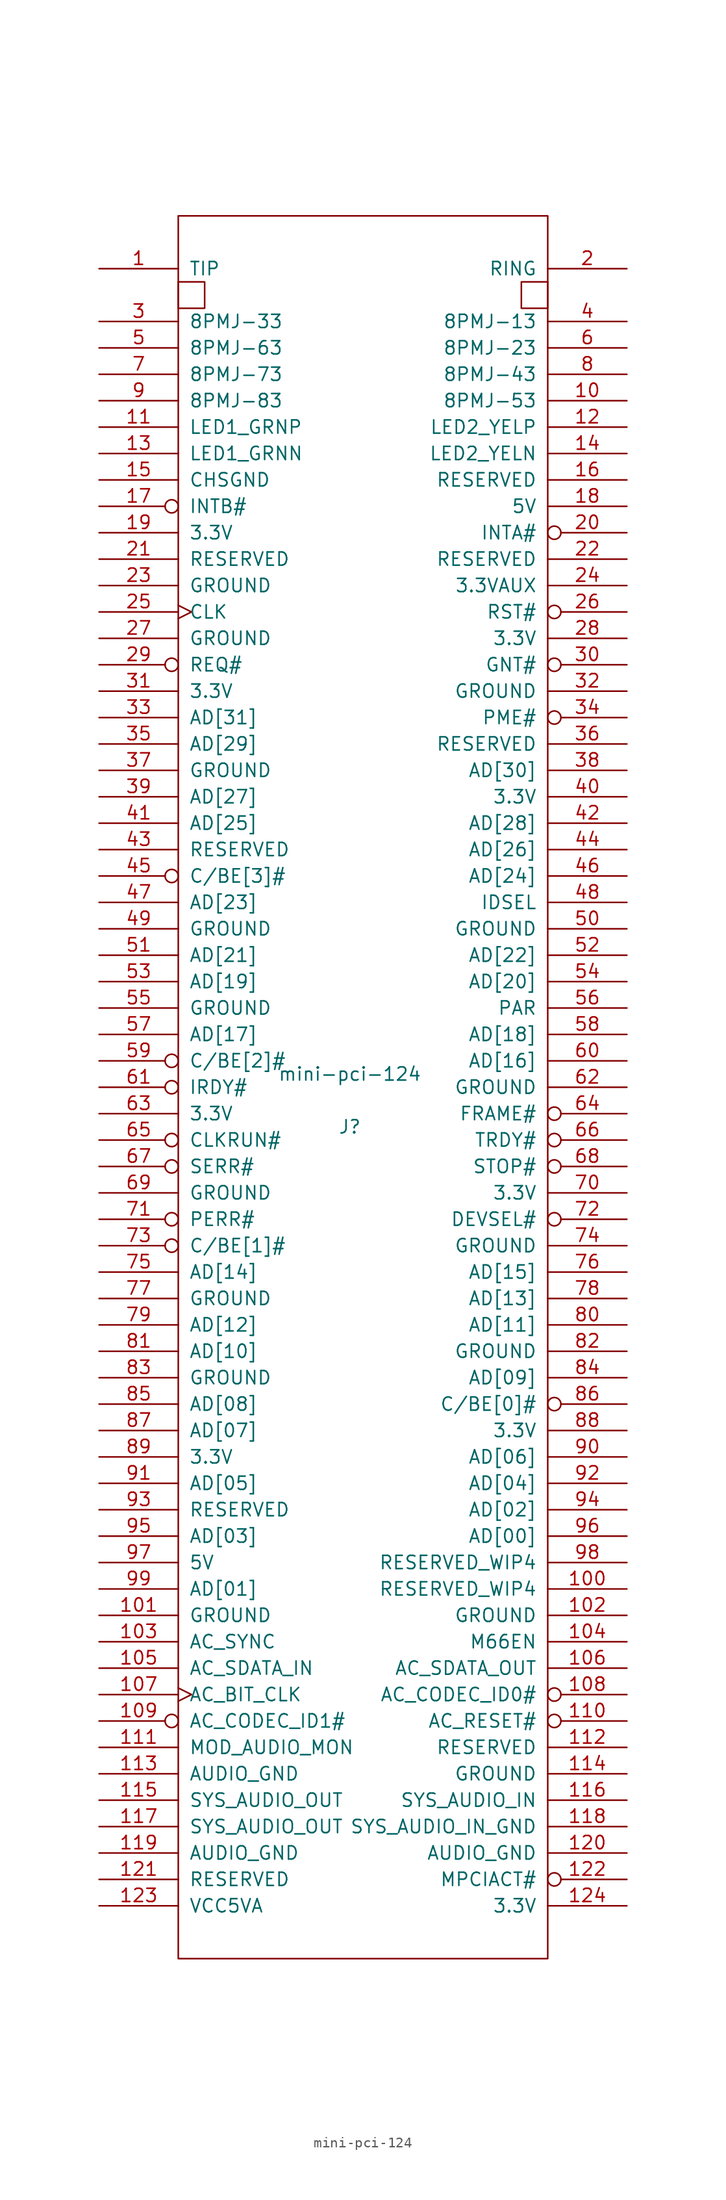
<source format=kicad_sym>
(kicad_symbol_lib
  (version 20220914)
  (generator kicad_symbol_editor)
  (symbol "mini-pci-124"
    (pin_names
      (offset 1.016))
    (property "Reference" "J"
      (at 0 -2.54 0)
      (effects (font (size 1.27 1.27))))
    (property "Value" "mini-pci-124"
      (at 0 2.54 0)
      (effects (font (size 1.27 1.27))))
    (symbol "mini-pci-124_0_1"
      (rectangle (start -16.51 78.74) (end -13.97 76.2) (stroke (width 0) (type default)) (fill (type none)))
      (rectangle (start 19.05 78.74) (end 16.51 76.2) (stroke (width 0) (type default)) (fill (type none))))
    (symbol "mini-pci-124_1_0"
      (rectangle (start -16.51 -82.55) (end 19.05 85.09) (stroke (width 0) (type default)) (fill (type none))))
    (symbol "mini-pci-124_1_1"
      (pin input line (at -24.13 80.01 0) (length 7.62) (name "TIP" (effects (font (size 1.27 1.27)))) (number "1" (effects (font (size 1.27 1.27)))))
      (pin input line (at 26.67 67.31 180) (length 7.62) (name "8PMJ-53" (effects (font (size 1.27 1.27)))) (number "10" (effects (font (size 1.27 1.27)))))
      (pin input line (at 26.67 -46.99 180) (length 7.62) (name "RESERVED_WIP4" (effects (font (size 1.27 1.27)))) (number "100" (effects (font (size 1.27 1.27)))))
      (pin input line (at -24.13 -49.53 0) (length 7.62) (name "GROUND" (effects (font (size 1.27 1.27)))) (number "101" (effects (font (size 1.27 1.27)))))
      (pin input line (at 26.67 -49.53 180) (length 7.62) (name "GROUND" (effects (font (size 1.27 1.27)))) (number "102" (effects (font (size 1.27 1.27)))))
      (pin input line (at -24.13 -52.07 0) (length 7.62) (name "AC_SYNC" (effects (font (size 1.27 1.27)))) (number "103" (effects (font (size 1.27 1.27)))))
      (pin input line (at 26.67 -52.07 180) (length 7.62) (name "M66EN" (effects (font (size 1.27 1.27)))) (number "104" (effects (font (size 1.27 1.27)))))
      (pin input line (at -24.13 -54.61 0) (length 7.62) (name "AC_SDATA_IN" (effects (font (size 1.27 1.27)))) (number "105" (effects (font (size 1.27 1.27)))))
      (pin output line (at 26.67 -54.61 180) (length 7.62) (name "AC_SDATA_OUT" (effects (font (size 1.27 1.27)))) (number "106" (effects (font (size 1.27 1.27)))))
      (pin input clock (at -24.13 -57.15 0) (length 7.62) (name "AC_BIT_CLK" (effects (font (size 1.27 1.27)))) (number "107" (effects (font (size 1.27 1.27)))))
      (pin input inverted (at 26.67 -57.15 180) (length 7.62) (name "AC_CODEC_ID0#" (effects (font (size 1.27 1.27)))) (number "108" (effects (font (size 1.27 1.27)))))
      (pin input inverted (at -24.13 -59.69 0) (length 7.62) (name "AC_CODEC_ID1#" (effects (font (size 1.27 1.27)))) (number "109" (effects (font (size 1.27 1.27)))))
      (pin input line (at -24.13 64.77 0) (length 7.62) (name "LED1_GRNP" (effects (font (size 1.27 1.27)))) (number "11" (effects (font (size 1.27 1.27)))))
      (pin input inverted (at 26.67 -59.69 180) (length 7.62) (name "AC_RESET#" (effects (font (size 1.27 1.27)))) (number "110" (effects (font (size 1.27 1.27)))))
      (pin input line (at -24.13 -62.23 0) (length 7.62) (name "MOD_AUDIO_MON" (effects (font (size 1.27 1.27)))) (number "111" (effects (font (size 1.27 1.27)))))
      (pin input line (at 26.67 -62.23 180) (length 7.62) (name "RESERVED" (effects (font (size 1.27 1.27)))) (number "112" (effects (font (size 1.27 1.27)))))
      (pin power_in line (at -24.13 -64.77 0) (length 7.62) (name "AUDIO_GND" (effects (font (size 1.27 1.27)))) (number "113" (effects (font (size 1.27 1.27)))))
      (pin input line (at 26.67 -64.77 180) (length 7.62) (name "GROUND" (effects (font (size 1.27 1.27)))) (number "114" (effects (font (size 1.27 1.27)))))
      (pin output line (at -24.13 -67.31 0) (length 7.62) (name "SYS_AUDIO_OUT" (effects (font (size 1.27 1.27)))) (number "115" (effects (font (size 1.27 1.27)))))
      (pin input line (at 26.67 -67.31 180) (length 7.62) (name "SYS_AUDIO_IN" (effects (font (size 1.27 1.27)))) (number "116" (effects (font (size 1.27 1.27)))))
      (pin output line (at -24.13 -69.85 0) (length 7.62) (name "SYS_AUDIO_OUT" (effects (font (size 1.27 1.27)))) (number "117" (effects (font (size 1.27 1.27)))))
      (pin input line (at 26.67 -69.85 180) (length 7.62) (name "SYS_AUDIO_IN_GND" (effects (font (size 1.27 1.27)))) (number "118" (effects (font (size 1.27 1.27)))))
      (pin power_in line (at -24.13 -72.39 0) (length 7.62) (name "AUDIO_GND" (effects (font (size 1.27 1.27)))) (number "119" (effects (font (size 1.27 1.27)))))
      (pin input line (at 26.67 64.77 180) (length 7.62) (name "LED2_YELP" (effects (font (size 1.27 1.27)))) (number "12" (effects (font (size 1.27 1.27)))))
      (pin power_in line (at 26.67 -72.39 180) (length 7.62) (name "AUDIO_GND" (effects (font (size 1.27 1.27)))) (number "120" (effects (font (size 1.27 1.27)))))
      (pin input line (at -24.13 -74.93 0) (length 7.62) (name "RESERVED" (effects (font (size 1.27 1.27)))) (number "121" (effects (font (size 1.27 1.27)))))
      (pin input inverted (at 26.67 -74.93 180) (length 7.62) (name "MPCIACT#" (effects (font (size 1.27 1.27)))) (number "122" (effects (font (size 1.27 1.27)))))
      (pin power_in line (at -24.13 -77.47 0) (length 7.62) (name "VCC5VA" (effects (font (size 1.27 1.27)))) (number "123" (effects (font (size 1.27 1.27)))))
      (pin input line (at 26.67 -77.47 180) (length 7.62) (name "3.3V" (effects (font (size 1.27 1.27)))) (number "124" (effects (font (size 1.27 1.27)))))
      (pin input line (at -24.13 62.23 0) (length 7.62) (name "LED1_GRNN" (effects (font (size 1.27 1.27)))) (number "13" (effects (font (size 1.27 1.27)))))
      (pin input line (at 26.67 62.23 180) (length 7.62) (name "LED2_YELN" (effects (font (size 1.27 1.27)))) (number "14" (effects (font (size 1.27 1.27)))))
      (pin power_in line (at -24.13 59.69 0) (length 7.62) (name "CHSGND" (effects (font (size 1.27 1.27)))) (number "15" (effects (font (size 1.27 1.27)))))
      (pin input line (at 26.67 59.69 180) (length 7.62) (name "RESERVED" (effects (font (size 1.27 1.27)))) (number "16" (effects (font (size 1.27 1.27)))))
      (pin input inverted (at -24.13 57.15 0) (length 7.62) (name "INTB#" (effects (font (size 1.27 1.27)))) (number "17" (effects (font (size 1.27 1.27)))))
      (pin input line (at 26.67 57.15 180) (length 7.62) (name "5V" (effects (font (size 1.27 1.27)))) (number "18" (effects (font (size 1.27 1.27)))))
      (pin input line (at -24.13 54.61 0) (length 7.62) (name "3.3V" (effects (font (size 1.27 1.27)))) (number "19" (effects (font (size 1.27 1.27)))))
      (pin input line (at 26.67 80.01 180) (length 7.62) (name "RING" (effects (font (size 1.27 1.27)))) (number "2" (effects (font (size 1.27 1.27)))))
      (pin input inverted (at 26.67 54.61 180) (length 7.62) (name "INTA#" (effects (font (size 1.27 1.27)))) (number "20" (effects (font (size 1.27 1.27)))))
      (pin input line (at -24.13 52.07 0) (length 7.62) (name "RESERVED" (effects (font (size 1.27 1.27)))) (number "21" (effects (font (size 1.27 1.27)))))
      (pin input line (at 26.67 52.07 180) (length 7.62) (name "RESERVED" (effects (font (size 1.27 1.27)))) (number "22" (effects (font (size 1.27 1.27)))))
      (pin input line (at -24.13 49.53 0) (length 7.62) (name "GROUND" (effects (font (size 1.27 1.27)))) (number "23" (effects (font (size 1.27 1.27)))))
      (pin input line (at 26.67 49.53 180) (length 7.62) (name "3.3VAUX" (effects (font (size 1.27 1.27)))) (number "24" (effects (font (size 1.27 1.27)))))
      (pin input clock (at -24.13 46.99 0) (length 7.62) (name "CLK" (effects (font (size 1.27 1.27)))) (number "25" (effects (font (size 1.27 1.27)))))
      (pin input inverted (at 26.67 46.99 180) (length 7.62) (name "RST#" (effects (font (size 1.27 1.27)))) (number "26" (effects (font (size 1.27 1.27)))))
      (pin input line (at -24.13 44.45 0) (length 7.62) (name "GROUND" (effects (font (size 1.27 1.27)))) (number "27" (effects (font (size 1.27 1.27)))))
      (pin input line (at 26.67 44.45 180) (length 7.62) (name "3.3V" (effects (font (size 1.27 1.27)))) (number "28" (effects (font (size 1.27 1.27)))))
      (pin input inverted (at -24.13 41.91 0) (length 7.62) (name "REQ#" (effects (font (size 1.27 1.27)))) (number "29" (effects (font (size 1.27 1.27)))))
      (pin input line (at -24.13 74.93 0) (length 7.62) (name "8PMJ-33" (effects (font (size 1.27 1.27)))) (number "3" (effects (font (size 1.27 1.27)))))
      (pin input inverted (at 26.67 41.91 180) (length 7.62) (name "GNT#" (effects (font (size 1.27 1.27)))) (number "30" (effects (font (size 1.27 1.27)))))
      (pin input line (at -24.13 39.37 0) (length 7.62) (name "3.3V" (effects (font (size 1.27 1.27)))) (number "31" (effects (font (size 1.27 1.27)))))
      (pin input line (at 26.67 39.37 180) (length 7.62) (name "GROUND" (effects (font (size 1.27 1.27)))) (number "32" (effects (font (size 1.27 1.27)))))
      (pin input line (at -24.13 36.83 0) (length 7.62) (name "AD[31]" (effects (font (size 1.27 1.27)))) (number "33" (effects (font (size 1.27 1.27)))))
      (pin input inverted (at 26.67 36.83 180) (length 7.62) (name "PME#" (effects (font (size 1.27 1.27)))) (number "34" (effects (font (size 1.27 1.27)))))
      (pin input line (at -24.13 34.29 0) (length 7.62) (name "AD[29]" (effects (font (size 1.27 1.27)))) (number "35" (effects (font (size 1.27 1.27)))))
      (pin input line (at 26.67 34.29 180) (length 7.62) (name "RESERVED" (effects (font (size 1.27 1.27)))) (number "36" (effects (font (size 1.27 1.27)))))
      (pin input line (at -24.13 31.75 0) (length 7.62) (name "GROUND" (effects (font (size 1.27 1.27)))) (number "37" (effects (font (size 1.27 1.27)))))
      (pin input line (at 26.67 31.75 180) (length 7.62) (name "AD[30]" (effects (font (size 1.27 1.27)))) (number "38" (effects (font (size 1.27 1.27)))))
      (pin input line (at -24.13 29.21 0) (length 7.62) (name "AD[27]" (effects (font (size 1.27 1.27)))) (number "39" (effects (font (size 1.27 1.27)))))
      (pin input line (at 26.67 74.93 180) (length 7.62) (name "8PMJ-13" (effects (font (size 1.27 1.27)))) (number "4" (effects (font (size 1.27 1.27)))))
      (pin input line (at 26.67 29.21 180) (length 7.62) (name "3.3V" (effects (font (size 1.27 1.27)))) (number "40" (effects (font (size 1.27 1.27)))))
      (pin input line (at -24.13 26.67 0) (length 7.62) (name "AD[25]" (effects (font (size 1.27 1.27)))) (number "41" (effects (font (size 1.27 1.27)))))
      (pin input line (at 26.67 26.67 180) (length 7.62) (name "AD[28]" (effects (font (size 1.27 1.27)))) (number "42" (effects (font (size 1.27 1.27)))))
      (pin input line (at -24.13 24.13 0) (length 7.62) (name "RESERVED" (effects (font (size 1.27 1.27)))) (number "43" (effects (font (size 1.27 1.27)))))
      (pin input line (at 26.67 24.13 180) (length 7.62) (name "AD[26]" (effects (font (size 1.27 1.27)))) (number "44" (effects (font (size 1.27 1.27)))))
      (pin input inverted (at -24.13 21.59 0) (length 7.62) (name "C/BE[3]#" (effects (font (size 1.27 1.27)))) (number "45" (effects (font (size 1.27 1.27)))))
      (pin input line (at 26.67 21.59 180) (length 7.62) (name "AD[24]" (effects (font (size 1.27 1.27)))) (number "46" (effects (font (size 1.27 1.27)))))
      (pin input line (at -24.13 19.05 0) (length 7.62) (name "AD[23]" (effects (font (size 1.27 1.27)))) (number "47" (effects (font (size 1.27 1.27)))))
      (pin input line (at 26.67 19.05 180) (length 7.62) (name "IDSEL" (effects (font (size 1.27 1.27)))) (number "48" (effects (font (size 1.27 1.27)))))
      (pin input line (at -24.13 16.51 0) (length 7.62) (name "GROUND" (effects (font (size 1.27 1.27)))) (number "49" (effects (font (size 1.27 1.27)))))
      (pin input line (at -24.13 72.39 0) (length 7.62) (name "8PMJ-63" (effects (font (size 1.27 1.27)))) (number "5" (effects (font (size 1.27 1.27)))))
      (pin input line (at 26.67 16.51 180) (length 7.62) (name "GROUND" (effects (font (size 1.27 1.27)))) (number "50" (effects (font (size 1.27 1.27)))))
      (pin input line (at -24.13 13.97 0) (length 7.62) (name "AD[21]" (effects (font (size 1.27 1.27)))) (number "51" (effects (font (size 1.27 1.27)))))
      (pin input line (at 26.67 13.97 180) (length 7.62) (name "AD[22]" (effects (font (size 1.27 1.27)))) (number "52" (effects (font (size 1.27 1.27)))))
      (pin input line (at -24.13 11.43 0) (length 7.62) (name "AD[19]" (effects (font (size 1.27 1.27)))) (number "53" (effects (font (size 1.27 1.27)))))
      (pin input line (at 26.67 11.43 180) (length 7.62) (name "AD[20]" (effects (font (size 1.27 1.27)))) (number "54" (effects (font (size 1.27 1.27)))))
      (pin input line (at -24.13 8.89 0) (length 7.62) (name "GROUND" (effects (font (size 1.27 1.27)))) (number "55" (effects (font (size 1.27 1.27)))))
      (pin input line (at 26.67 8.89 180) (length 7.62) (name "PAR" (effects (font (size 1.27 1.27)))) (number "56" (effects (font (size 1.27 1.27)))))
      (pin input line (at -24.13 6.35 0) (length 7.62) (name "AD[17]" (effects (font (size 1.27 1.27)))) (number "57" (effects (font (size 1.27 1.27)))))
      (pin input line (at 26.67 6.35 180) (length 7.62) (name "AD[18]" (effects (font (size 1.27 1.27)))) (number "58" (effects (font (size 1.27 1.27)))))
      (pin input inverted (at -24.13 3.81 0) (length 7.62) (name "C/BE[2]#" (effects (font (size 1.27 1.27)))) (number "59" (effects (font (size 1.27 1.27)))))
      (pin input line (at 26.67 72.39 180) (length 7.62) (name "8PMJ-23" (effects (font (size 1.27 1.27)))) (number "6" (effects (font (size 1.27 1.27)))))
      (pin input line (at 26.67 3.81 180) (length 7.62) (name "AD[16]" (effects (font (size 1.27 1.27)))) (number "60" (effects (font (size 1.27 1.27)))))
      (pin input inverted (at -24.13 1.27 0) (length 7.62) (name "IRDY#" (effects (font (size 1.27 1.27)))) (number "61" (effects (font (size 1.27 1.27)))))
      (pin input line (at 26.67 1.27 180) (length 7.62) (name "GROUND" (effects (font (size 1.27 1.27)))) (number "62" (effects (font (size 1.27 1.27)))))
      (pin input line (at -24.13 -1.27 0) (length 7.62) (name "3.3V" (effects (font (size 1.27 1.27)))) (number "63" (effects (font (size 1.27 1.27)))))
      (pin input inverted (at 26.67 -1.27 180) (length 7.62) (name "FRAME#" (effects (font (size 1.27 1.27)))) (number "64" (effects (font (size 1.27 1.27)))))
      (pin input inverted (at -24.13 -3.81 0) (length 7.62) (name "CLKRUN#" (effects (font (size 1.27 1.27)))) (number "65" (effects (font (size 1.27 1.27)))))
      (pin input inverted (at 26.67 -3.81 180) (length 7.62) (name "TRDY#" (effects (font (size 1.27 1.27)))) (number "66" (effects (font (size 1.27 1.27)))))
      (pin input inverted (at -24.13 -6.35 0) (length 7.62) (name "SERR#" (effects (font (size 1.27 1.27)))) (number "67" (effects (font (size 1.27 1.27)))))
      (pin input inverted (at 26.67 -6.35 180) (length 7.62) (name "STOP#" (effects (font (size 1.27 1.27)))) (number "68" (effects (font (size 1.27 1.27)))))
      (pin input line (at -24.13 -8.89 0) (length 7.62) (name "GROUND" (effects (font (size 1.27 1.27)))) (number "69" (effects (font (size 1.27 1.27)))))
      (pin input line (at -24.13 69.85 0) (length 7.62) (name "8PMJ-73" (effects (font (size 1.27 1.27)))) (number "7" (effects (font (size 1.27 1.27)))))
      (pin input line (at 26.67 -8.89 180) (length 7.62) (name "3.3V" (effects (font (size 1.27 1.27)))) (number "70" (effects (font (size 1.27 1.27)))))
      (pin input inverted (at -24.13 -11.43 0) (length 7.62) (name "PERR#" (effects (font (size 1.27 1.27)))) (number "71" (effects (font (size 1.27 1.27)))))
      (pin input inverted (at 26.67 -11.43 180) (length 7.62) (name "DEVSEL#" (effects (font (size 1.27 1.27)))) (number "72" (effects (font (size 1.27 1.27)))))
      (pin input inverted (at -24.13 -13.97 0) (length 7.62) (name "C/BE[1]#" (effects (font (size 1.27 1.27)))) (number "73" (effects (font (size 1.27 1.27)))))
      (pin input line (at 26.67 -13.97 180) (length 7.62) (name "GROUND" (effects (font (size 1.27 1.27)))) (number "74" (effects (font (size 1.27 1.27)))))
      (pin input line (at -24.13 -16.51 0) (length 7.62) (name "AD[14]" (effects (font (size 1.27 1.27)))) (number "75" (effects (font (size 1.27 1.27)))))
      (pin input line (at 26.67 -16.51 180) (length 7.62) (name "AD[15]" (effects (font (size 1.27 1.27)))) (number "76" (effects (font (size 1.27 1.27)))))
      (pin input line (at -24.13 -19.05 0) (length 7.62) (name "GROUND" (effects (font (size 1.27 1.27)))) (number "77" (effects (font (size 1.27 1.27)))))
      (pin input line (at 26.67 -19.05 180) (length 7.62) (name "AD[13]" (effects (font (size 1.27 1.27)))) (number "78" (effects (font (size 1.27 1.27)))))
      (pin input line (at -24.13 -21.59 0) (length 7.62) (name "AD[12]" (effects (font (size 1.27 1.27)))) (number "79" (effects (font (size 1.27 1.27)))))
      (pin input line (at 26.67 69.85 180) (length 7.62) (name "8PMJ-43" (effects (font (size 1.27 1.27)))) (number "8" (effects (font (size 1.27 1.27)))))
      (pin input line (at 26.67 -21.59 180) (length 7.62) (name "AD[11]" (effects (font (size 1.27 1.27)))) (number "80" (effects (font (size 1.27 1.27)))))
      (pin input line (at -24.13 -24.13 0) (length 7.62) (name "AD[10]" (effects (font (size 1.27 1.27)))) (number "81" (effects (font (size 1.27 1.27)))))
      (pin input line (at 26.67 -24.13 180) (length 7.62) (name "GROUND" (effects (font (size 1.27 1.27)))) (number "82" (effects (font (size 1.27 1.27)))))
      (pin input line (at -24.13 -26.67 0) (length 7.62) (name "GROUND" (effects (font (size 1.27 1.27)))) (number "83" (effects (font (size 1.27 1.27)))))
      (pin input line (at 26.67 -26.67 180) (length 7.62) (name "AD[09]" (effects (font (size 1.27 1.27)))) (number "84" (effects (font (size 1.27 1.27)))))
      (pin input line (at -24.13 -29.21 0) (length 7.62) (name "AD[08]" (effects (font (size 1.27 1.27)))) (number "85" (effects (font (size 1.27 1.27)))))
      (pin input inverted (at 26.67 -29.21 180) (length 7.62) (name "C/BE[0]#" (effects (font (size 1.27 1.27)))) (number "86" (effects (font (size 1.27 1.27)))))
      (pin input line (at -24.13 -31.75 0) (length 7.62) (name "AD[07]" (effects (font (size 1.27 1.27)))) (number "87" (effects (font (size 1.27 1.27)))))
      (pin input line (at 26.67 -31.75 180) (length 7.62) (name "3.3V" (effects (font (size 1.27 1.27)))) (number "88" (effects (font (size 1.27 1.27)))))
      (pin input line (at -24.13 -34.29 0) (length 7.62) (name "3.3V" (effects (font (size 1.27 1.27)))) (number "89" (effects (font (size 1.27 1.27)))))
      (pin input line (at -24.13 67.31 0) (length 7.62) (name "8PMJ-83" (effects (font (size 1.27 1.27)))) (number "9" (effects (font (size 1.27 1.27)))))
      (pin input line (at 26.67 -34.29 180) (length 7.62) (name "AD[06]" (effects (font (size 1.27 1.27)))) (number "90" (effects (font (size 1.27 1.27)))))
      (pin input line (at -24.13 -36.83 0) (length 7.62) (name "AD[05]" (effects (font (size 1.27 1.27)))) (number "91" (effects (font (size 1.27 1.27)))))
      (pin input line (at 26.67 -36.83 180) (length 7.62) (name "AD[04]" (effects (font (size 1.27 1.27)))) (number "92" (effects (font (size 1.27 1.27)))))
      (pin input line (at -24.13 -39.37 0) (length 7.62) (name "RESERVED" (effects (font (size 1.27 1.27)))) (number "93" (effects (font (size 1.27 1.27)))))
      (pin input line (at 26.67 -39.37 180) (length 7.62) (name "AD[02]" (effects (font (size 1.27 1.27)))) (number "94" (effects (font (size 1.27 1.27)))))
      (pin input line (at -24.13 -41.91 0) (length 7.62) (name "AD[03]" (effects (font (size 1.27 1.27)))) (number "95" (effects (font (size 1.27 1.27)))))
      (pin input line (at 26.67 -41.91 180) (length 7.62) (name "AD[00]" (effects (font (size 1.27 1.27)))) (number "96" (effects (font (size 1.27 1.27)))))
      (pin input line (at -24.13 -44.45 0) (length 7.62) (name "5V" (effects (font (size 1.27 1.27)))) (number "97" (effects (font (size 1.27 1.27)))))
      (pin input line (at 26.67 -44.45 180) (length 7.62) (name "RESERVED_WIP4" (effects (font (size 1.27 1.27)))) (number "98" (effects (font (size 1.27 1.27)))))
      (pin input line (at -24.13 -46.99 0) (length 7.62) (name "AD[01]" (effects (font (size 1.27 1.27)))) (number "99" (effects (font (size 1.27 1.27))))))))
</source>
